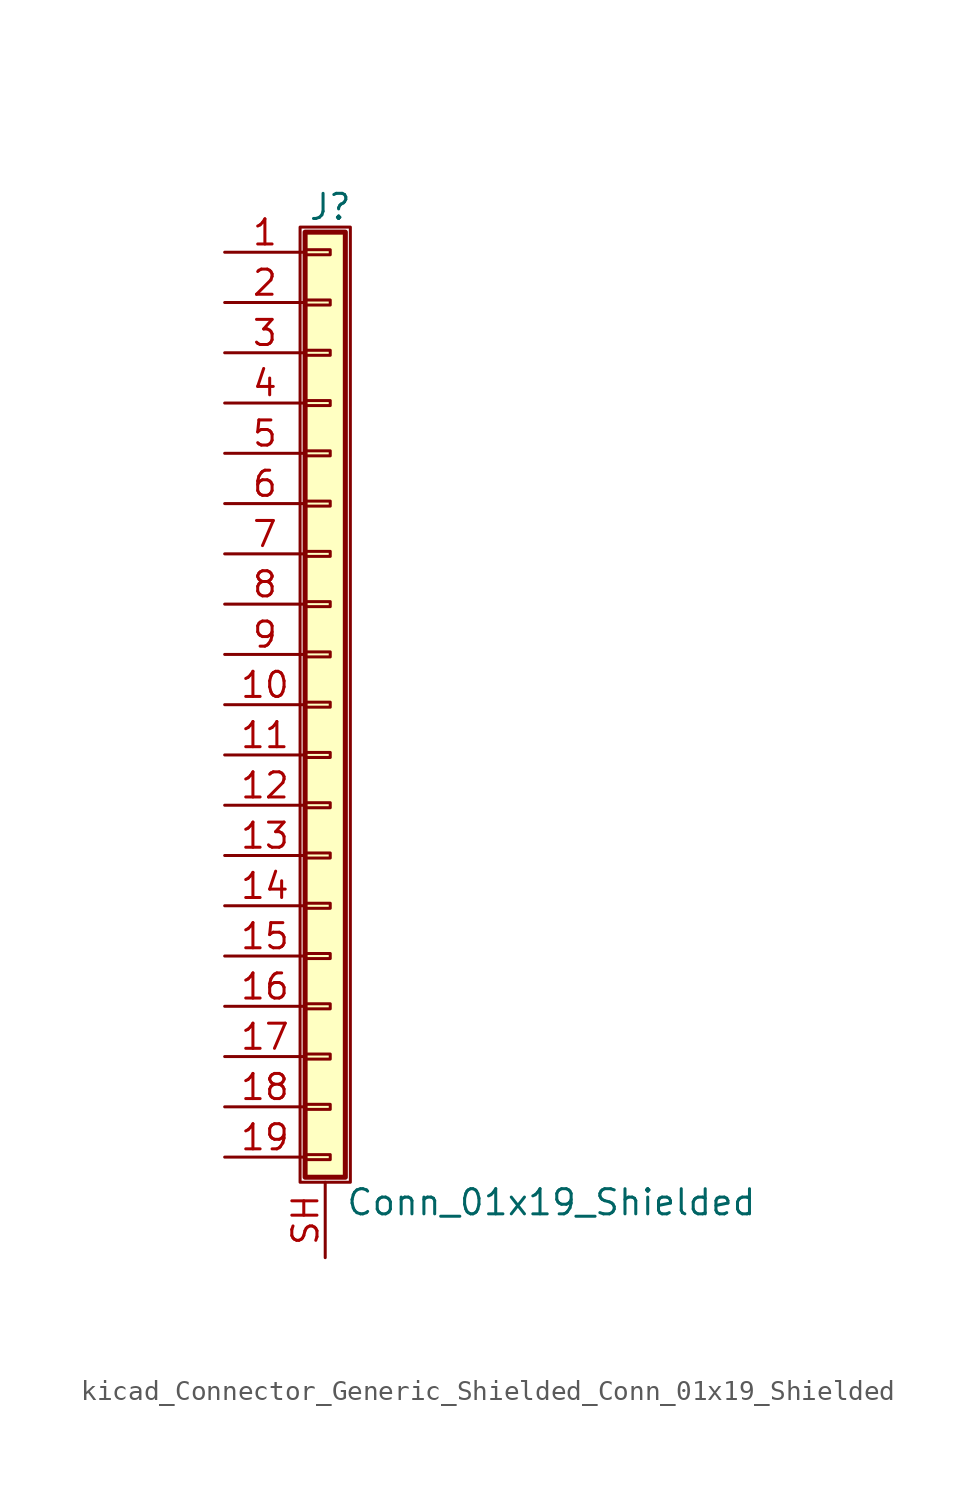
<source format=kicad_sym>
(kicad_symbol_lib
  (version 20220914)
  (generator kicad_symbol_editor)
  (symbol "kicad_Connector_Generic_Shielded_Conn_01x19_Shielded"
    (pin_names
      (offset 1.016) hide)
    (property "Reference" "J"
      (at 0.254 25.146 0)
      (effects (font (size 1.27 1.27))))
    (property "Value" "Conn_01x19_Shielded"
      (at 1.016 -25.146 0)
      (effects (font (size 1.27 1.27)) (justify left)))
    (symbol "kicad_Connector_Generic_Shielded_Conn_01x19_Shielded_1_1"
      (rectangle (start -1.27 24.13) (end 1.27 -24.13) (stroke (width 0.152) (type default)) (fill (type none)))
      (rectangle (start -1.016 -22.733) (end 0.254 -22.987) (stroke (width 0.152) (type default)) (fill (type none)))
      (rectangle (start -1.016 -20.193) (end 0.254 -20.447) (stroke (width 0.152) (type default)) (fill (type none)))
      (rectangle (start -1.016 -17.653) (end 0.254 -17.907) (stroke (width 0.152) (type default)) (fill (type none)))
      (rectangle (start -1.016 -15.113) (end 0.254 -15.367) (stroke (width 0.152) (type default)) (fill (type none)))
      (rectangle (start -1.016 -12.573) (end 0.254 -12.827) (stroke (width 0.152) (type default)) (fill (type none)))
      (rectangle (start -1.016 -10.033) (end 0.254 -10.287) (stroke (width 0.152) (type default)) (fill (type none)))
      (rectangle (start -1.016 -7.493) (end 0.254 -7.747) (stroke (width 0.152) (type default)) (fill (type none)))
      (rectangle (start -1.016 -4.953) (end 0.254 -5.207) (stroke (width 0.152) (type default)) (fill (type none)))
      (rectangle (start -1.016 -2.413) (end 0.254 -2.667) (stroke (width 0.152) (type default)) (fill (type none)))
      (rectangle (start -1.016 0.127) (end 0.254 -0.127) (stroke (width 0.152) (type default)) (fill (type none)))
      (rectangle (start -1.016 2.667) (end 0.254 2.413) (stroke (width 0.152) (type default)) (fill (type none)))
      (rectangle (start -1.016 5.207) (end 0.254 4.953) (stroke (width 0.152) (type default)) (fill (type none)))
      (rectangle (start -1.016 7.747) (end 0.254 7.493) (stroke (width 0.152) (type default)) (fill (type none)))
      (rectangle (start -1.016 10.287) (end 0.254 10.033) (stroke (width 0.152) (type default)) (fill (type none)))
      (rectangle (start -1.016 12.827) (end 0.254 12.573) (stroke (width 0.152) (type default)) (fill (type none)))
      (rectangle (start -1.016 15.367) (end 0.254 15.113) (stroke (width 0.152) (type default)) (fill (type none)))
      (rectangle (start -1.016 17.907) (end 0.254 17.653) (stroke (width 0.152) (type default)) (fill (type none)))
      (rectangle (start -1.016 20.447) (end 0.254 20.193) (stroke (width 0.152) (type default)) (fill (type none)))
      (rectangle (start -1.016 22.987) (end 0.254 22.733) (stroke (width 0.152) (type default)) (fill (type none)))
      (rectangle (start -1.016 23.876) (end 1.016 -23.876) (stroke (width 0.254) (type default)) (fill (type background)))
      (pin passive line (at -5.08 22.86 0) (length 4.064) (name "Pin_1" (effects (font (size 1.27 1.27)))) (number "1" (effects (font (size 1.27 1.27)))))
      (pin passive line (at -5.08 0 0) (length 4.064) (name "Pin_10" (effects (font (size 1.27 1.27)))) (number "10" (effects (font (size 1.27 1.27)))))
      (pin passive line (at -5.08 -2.54 0) (length 4.064) (name "Pin_11" (effects (font (size 1.27 1.27)))) (number "11" (effects (font (size 1.27 1.27)))))
      (pin passive line (at -5.08 -5.08 0) (length 4.064) (name "Pin_12" (effects (font (size 1.27 1.27)))) (number "12" (effects (font (size 1.27 1.27)))))
      (pin passive line (at -5.08 -7.62 0) (length 4.064) (name "Pin_13" (effects (font (size 1.27 1.27)))) (number "13" (effects (font (size 1.27 1.27)))))
      (pin passive line (at -5.08 -10.16 0) (length 4.064) (name "Pin_14" (effects (font (size 1.27 1.27)))) (number "14" (effects (font (size 1.27 1.27)))))
      (pin passive line (at -5.08 -12.7 0) (length 4.064) (name "Pin_15" (effects (font (size 1.27 1.27)))) (number "15" (effects (font (size 1.27 1.27)))))
      (pin passive line (at -5.08 -15.24 0) (length 4.064) (name "Pin_16" (effects (font (size 1.27 1.27)))) (number "16" (effects (font (size 1.27 1.27)))))
      (pin passive line (at -5.08 -17.78 0) (length 4.064) (name "Pin_17" (effects (font (size 1.27 1.27)))) (number "17" (effects (font (size 1.27 1.27)))))
      (pin passive line (at -5.08 -20.32 0) (length 4.064) (name "Pin_18" (effects (font (size 1.27 1.27)))) (number "18" (effects (font (size 1.27 1.27)))))
      (pin passive line (at -5.08 -22.86 0) (length 4.064) (name "Pin_19" (effects (font (size 1.27 1.27)))) (number "19" (effects (font (size 1.27 1.27)))))
      (pin passive line (at -5.08 20.32 0) (length 4.064) (name "Pin_2" (effects (font (size 1.27 1.27)))) (number "2" (effects (font (size 1.27 1.27)))))
      (pin passive line (at -5.08 17.78 0) (length 4.064) (name "Pin_3" (effects (font (size 1.27 1.27)))) (number "3" (effects (font (size 1.27 1.27)))))
      (pin passive line (at -5.08 15.24 0) (length 4.064) (name "Pin_4" (effects (font (size 1.27 1.27)))) (number "4" (effects (font (size 1.27 1.27)))))
      (pin passive line (at -5.08 12.7 0) (length 4.064) (name "Pin_5" (effects (font (size 1.27 1.27)))) (number "5" (effects (font (size 1.27 1.27)))))
      (pin passive line (at -5.08 10.16 0) (length 4.064) (name "Pin_6" (effects (font (size 1.27 1.27)))) (number "6" (effects (font (size 1.27 1.27)))))
      (pin passive line (at -5.08 7.62 0) (length 4.064) (name "Pin_7" (effects (font (size 1.27 1.27)))) (number "7" (effects (font (size 1.27 1.27)))))
      (pin passive line (at -5.08 5.08 0) (length 4.064) (name "Pin_8" (effects (font (size 1.27 1.27)))) (number "8" (effects (font (size 1.27 1.27)))))
      (pin passive line (at -5.08 2.54 0) (length 4.064) (name "Pin_9" (effects (font (size 1.27 1.27)))) (number "9" (effects (font (size 1.27 1.27)))))
      (pin passive line (at 0 -27.94 90) (length 3.81) (name "Shield" (effects (font (size 1.27 1.27)))) (number "SH" (effects (font (size 1.27 1.27))))))))
</source>
